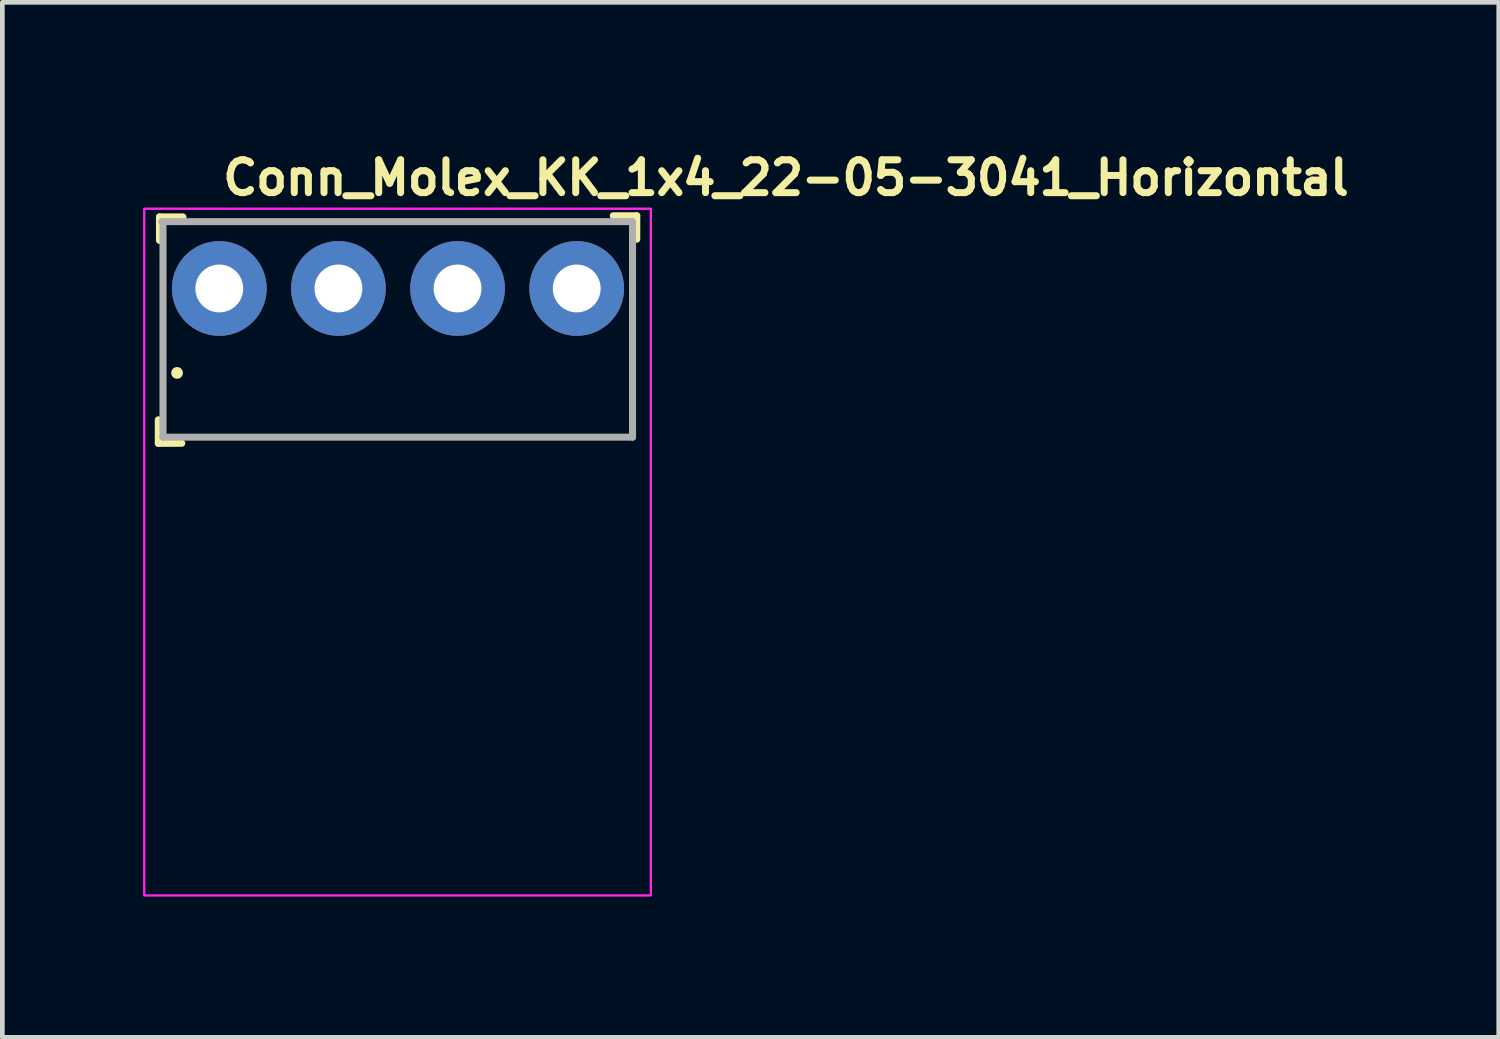
<source format=kicad_pcb>
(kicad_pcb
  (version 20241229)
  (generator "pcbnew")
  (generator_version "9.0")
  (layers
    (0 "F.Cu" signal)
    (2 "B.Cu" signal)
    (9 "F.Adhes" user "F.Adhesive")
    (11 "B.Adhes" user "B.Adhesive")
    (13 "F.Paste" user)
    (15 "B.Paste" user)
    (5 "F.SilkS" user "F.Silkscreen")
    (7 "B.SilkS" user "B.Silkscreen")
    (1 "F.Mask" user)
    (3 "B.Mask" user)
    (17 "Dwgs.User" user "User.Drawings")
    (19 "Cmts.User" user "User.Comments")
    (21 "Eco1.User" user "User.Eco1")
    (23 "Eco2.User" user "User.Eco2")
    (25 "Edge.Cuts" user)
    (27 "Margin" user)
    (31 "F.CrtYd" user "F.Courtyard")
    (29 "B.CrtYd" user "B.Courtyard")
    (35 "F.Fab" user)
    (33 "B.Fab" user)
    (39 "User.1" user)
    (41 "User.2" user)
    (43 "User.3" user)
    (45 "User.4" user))
  (footprint "Conn_Molex_KK_1x4_22-05-3041_Horizontal"
    (layer "F.Cu")
    (at 1.625 3.1)
    (property "Reference" "Conn_Molex_KK_1x4_22-05-3041_Horizontal" (at 0 -1.95 0) (layer "F.SilkS") (effects (font (size 0.7 0.7) (thickness 0.15)) (justify left bottom)))
    (attr through_hole)
    (fp_line (start -1.3 3.3) (end -1.3 2.8) (stroke (width 0.15) (type solid)) (layer "F.SilkS"))
    (fp_line (start -1.3 3.3) (end -0.8 3.3) (stroke (width 0.15) (type solid)) (layer "F.SilkS"))
    (fp_line (start -1.275 -1.525) (end -1.275 -1.025) (stroke (width 0.15) (type solid)) (layer "F.SilkS"))
    (fp_line (start -1.275 -1.525) (end -0.775 -1.525) (stroke (width 0.15) (type solid)) (layer "F.SilkS"))
    (fp_line (start 8.9 -1.55) (end 8.4 -1.55) (stroke (width 0.15) (type solid)) (layer "F.SilkS"))
    (fp_line (start 8.9 -1.55) (end 8.9 -1.05) (stroke (width 0.15) (type solid)) (layer "F.SilkS"))
    (fp_circle (center -0.9 1.8) (end -0.85 1.8) (stroke (width 0.15) (type solid)) (fill yes) (layer "F.SilkS"))
    (fp_rect (start -1.6 -1.7) (end 9.2 12.94) (stroke (width 0.05) (type solid)) (fill no) (layer "F.CrtYd"))
    (fp_line (start -1.225 -1.425) (end 8.785 -1.425) (stroke (width 0.15) (type solid)) (layer "F.Fab"))
    (fp_line (start -1.2 -1.425) (end -1.2 3.17) (stroke (width 0.15) (type solid)) (layer "F.Fab"))
    (fp_line (start -1.2 3.17) (end 8.81 3.17) (stroke (width 0.15) (type solid)) (layer "F.Fab"))
    (fp_line (start 8.81 -1.425) (end 8.81 3.17) (stroke (width 0.15) (type solid)) (layer "F.Fab"))
    (fp_rect (start -1.204 -0.576) (end 8.804 12.543) (stroke (width 0.1) (type solid)) (fill no) (layer "User.5"))
    (fp_line (start -1.204 2.662) (end -1.204 5.838) (stroke (width 0.02) (type solid)) (layer "User.9"))
    (fp_line (start -1.204 2.662) (end -0.454 2.662) (stroke (width 0.02) (type solid)) (layer "User.9"))
    (fp_line (start -1.204 5.838) (end -0.01 5.838) (stroke (width 0.02) (type solid)) (layer "User.9"))
    (fp_line (start -0.518 -0.068) (end -0.514 -0.129) (stroke (width 0.02) (type solid)) (layer "User.9"))
    (fp_line (start -0.515 -0.011) (end -0.518 -0.068) (stroke (width 0.02) (type solid)) (layer "User.9"))
    (fp_line (start -0.514 -0.129) (end -0.503 -0.19) (stroke (width 0.02) (type solid)) (layer "User.9"))
    (fp_line (start -0.505 0.045) (end -0.515 -0.011) (stroke (width 0.02) (type solid)) (layer "User.9"))
    (fp_line (start -0.503 -0.19) (end -0.485 -0.248) (stroke (width 0.02) (type solid)) (layer "User.9"))
    (fp_line (start -0.49 0.099) (end -0.505 0.045) (stroke (width 0.02) (type solid)) (layer "User.9"))
    (fp_line (start -0.485 -0.248) (end -0.46 -0.304) (stroke (width 0.02) (type solid)) (layer "User.9"))
    (fp_line (start -0.468 0.152) (end -0.49 0.099) (stroke (width 0.02) (type solid)) (layer "User.9"))
    (fp_line (start -0.46 -0.304) (end -0.428 -0.357) (stroke (width 0.02) (type solid)) (layer "User.9"))
    (fp_line (start -0.454 2.662) (end -0.454 3.298) (stroke (width 0.02) (type solid)) (layer "User.9"))
    (fp_line (start -0.44 0.202) (end -0.468 0.152) (stroke (width 0.02) (type solid)) (layer "User.9"))
    (fp_line (start -0.428 -0.357) (end -0.39 -0.405) (stroke (width 0.02) (type solid)) (layer "User.9"))
    (fp_line (start -0.408 0.248) (end -0.44 0.202) (stroke (width 0.02) (type solid)) (layer "User.9"))
    (fp_line (start -0.39 -0.405) (end -0.347 -0.448) (stroke (width 0.02) (type solid)) (layer "User.9"))
    (fp_line (start -0.37 0.291) (end -0.408 0.248) (stroke (width 0.02) (type solid)) (layer "User.9"))
    (fp_line (start -0.347 -0.448) (end -0.299 -0.486) (stroke (width 0.02) (type solid)) (layer "User.9"))
    (fp_line (start -0.328 -0.386) (end -0.328 -0.374) (stroke (width 0.02) (type solid)) (layer "User.9"))
    (fp_line (start -0.328 -0.386) (end 0.308 -0.386) (stroke (width 0.02) (type solid)) (layer "User.9"))
    (fp_line (start -0.328 -0.374) (end -0.328 -0.34) (stroke (width 0.02) (type solid)) (layer "User.9"))
    (fp_line (start -0.328 -0.34) (end -0.328 -0.284) (stroke (width 0.02) (type solid)) (layer "User.9"))
    (fp_line (start -0.328 -0.284) (end -0.328 -0.207) (stroke (width 0.02) (type solid)) (layer "User.9"))
    (fp_line (start -0.328 -0.207) (end -0.328 -0.109) (stroke (width 0.02) (type solid)) (layer "User.9"))
    (fp_line (start -0.328 -0.109) (end -0.328 0.008) (stroke (width 0.02) (type solid)) (layer "User.9"))
    (fp_line (start -0.328 0.008) (end -0.328 0.143) (stroke (width 0.02) (type solid)) (layer "User.9"))
    (fp_line (start -0.328 0.143) (end -0.328 0.293) (stroke (width 0.02) (type solid)) (layer "User.9"))
    (fp_line (start -0.328 0.293) (end -0.328 0.458) (stroke (width 0.02) (type solid)) (layer "User.9"))
    (fp_line (start -0.328 0.329) (end -0.37 0.291) (stroke (width 0.02) (type solid)) (layer "User.9"))
    (fp_line (start -0.328 0.458) (end -0.328 0.635) (stroke (width 0.02) (type solid)) (layer "User.9"))
    (fp_line (start -0.328 0.635) (end -0.328 0.822) (stroke (width 0.02) (type solid)) (layer "User.9"))
    (fp_line (start -0.328 0.822) (end -0.328 1.017) (stroke (width 0.02) (type solid)) (layer "User.9"))
    (fp_line (start -0.328 1.017) (end -0.328 1.216) (stroke (width 0.02) (type solid)) (layer "User.9"))
    (fp_line (start -0.328 1.216) (end -0.328 1.418) (stroke (width 0.02) (type solid)) (layer "User.9"))
    (fp_line (start -0.328 1.418) (end -0.328 3.298) (stroke (width 0.02) (type solid)) (layer "User.9"))
    (fp_line (start -0.328 1.418) (end 0.308 1.418) (stroke (width 0.02) (type solid)) (layer "User.9"))
    (fp_line (start -0.328 5.838) (end -0.328 12.543) (stroke (width 0.02) (type solid)) (layer "User.9"))
    (fp_line (start -0.328 5.838) (end -0.01 5.838) (stroke (width 0.02) (type solid)) (layer "User.9"))
    (fp_line (start -0.328 12.543) (end 0.308 12.543) (stroke (width 0.02) (type solid)) (layer "User.9"))
    (fp_line (start -0.299 -0.486) (end -0.246 -0.518) (stroke (width 0.02) (type solid)) (layer "User.9"))
    (fp_line (start -0.246 -0.518) (end -0.19 -0.543) (stroke (width 0.02) (type solid)) (layer "User.9"))
    (fp_line (start -0.19 -0.543) (end -0.132 -0.561) (stroke (width 0.02) (type solid)) (layer "User.9"))
    (fp_line (start -0.132 -0.561) (end -0.071 -0.572) (stroke (width 0.02) (type solid)) (layer "User.9"))
    (fp_line (start -0.071 -0.572) (end -0.01 -0.576) (stroke (width 0.02) (type solid)) (layer "User.9"))
    (fp_line (start -0.01 -0.576) (end 0.051 -0.572) (stroke (width 0.02) (type solid)) (layer "User.9"))
    (fp_line (start -0.01 5.838) (end -0.01 10.841) (stroke (width 0.02) (type solid)) (layer "User.9"))
    (fp_line (start -0.01 10.841) (end 7.61 10.841) (stroke (width 0.02) (type solid)) (layer "User.9"))
    (fp_line (start 0.051 -0.572) (end 0.112 -0.561) (stroke (width 0.02) (type solid)) (layer "User.9"))
    (fp_line (start 0.112 -0.561) (end 0.17 -0.543) (stroke (width 0.02) (type solid)) (layer "User.9"))
    (fp_line (start 0.17 -0.543) (end 0.226 -0.518) (stroke (width 0.02) (type solid)) (layer "User.9"))
    (fp_line (start 0.226 -0.518) (end 0.279 -0.486) (stroke (width 0.02) (type solid)) (layer "User.9"))
    (fp_line (start 0.279 -0.486) (end 0.327 -0.448) (stroke (width 0.02) (type solid)) (layer "User.9"))
    (fp_line (start 0.308 -0.386) (end 0.308 -0.374) (stroke (width 0.02) (type solid)) (layer "User.9"))
    (fp_line (start 0.308 -0.374) (end 0.308 -0.34) (stroke (width 0.02) (type solid)) (layer "User.9"))
    (fp_line (start 0.308 -0.34) (end 0.308 -0.284) (stroke (width 0.02) (type solid)) (layer "User.9"))
    (fp_line (start 0.308 -0.284) (end 0.308 -0.207) (stroke (width 0.02) (type solid)) (layer "User.9"))
    (fp_line (start 0.308 -0.207) (end 0.308 -0.109) (stroke (width 0.02) (type solid)) (layer "User.9"))
    (fp_line (start 0.308 -0.109) (end 0.308 0.008) (stroke (width 0.02) (type solid)) (layer "User.9"))
    (fp_line (start 0.308 0.008) (end 0.308 0.143) (stroke (width 0.02) (type solid)) (layer "User.9"))
    (fp_line (start 0.308 0.143) (end 0.308 0.293) (stroke (width 0.02) (type solid)) (layer "User.9"))
    (fp_line (start 0.308 0.293) (end 0.308 0.458) (stroke (width 0.02) (type solid)) (layer "User.9"))
    (fp_line (start 0.308 0.458) (end 0.308 0.635) (stroke (width 0.02) (type solid)) (layer "User.9"))
    (fp_line (start 0.308 0.635) (end 0.308 0.822) (stroke (width 0.02) (type solid)) (layer "User.9"))
    (fp_line (start 0.308 0.822) (end 0.308 1.017) (stroke (width 0.02) (type solid)) (layer "User.9"))
    (fp_line (start 0.308 1.017) (end 0.308 1.216) (stroke (width 0.02) (type solid)) (layer "User.9"))
    (fp_line (start 0.308 1.216) (end 0.308 1.418) (stroke (width 0.02) (type solid)) (layer "User.9"))
    (fp_line (start 0.308 1.418) (end 0.308 3.298) (stroke (width 0.02) (type solid)) (layer "User.9"))
    (fp_line (start 0.308 10.841) (end 0.308 12.543) (stroke (width 0.02) (type solid)) (layer "User.9"))
    (fp_line (start 0.327 -0.448) (end 0.37 -0.405) (stroke (width 0.02) (type solid)) (layer "User.9"))
    (fp_line (start 0.35 0.291) (end 0.308 0.329) (stroke (width 0.02) (type solid)) (layer "User.9"))
    (fp_line (start 0.37 -0.405) (end 0.408 -0.357) (stroke (width 0.02) (type solid)) (layer "User.9"))
    (fp_line (start 0.388 0.248) (end 0.35 0.291) (stroke (width 0.02) (type solid)) (layer "User.9"))
    (fp_line (start 0.408 -0.357) (end 0.44 -0.304) (stroke (width 0.02) (type solid)) (layer "User.9"))
    (fp_line (start 0.42 0.202) (end 0.388 0.248) (stroke (width 0.02) (type solid)) (layer "User.9"))
    (fp_line (start 0.434 2.662) (end 0.434 3.298) (stroke (width 0.02) (type solid)) (layer "User.9"))
    (fp_line (start 0.434 2.662) (end 2.086 2.662) (stroke (width 0.02) (type solid)) (layer "User.9"))
    (fp_line (start 0.434 3.298) (end -0.454 3.298) (stroke (width 0.02) (type solid)) (layer "User.9"))
    (fp_line (start 0.44 -0.304) (end 0.465 -0.248) (stroke (width 0.02) (type solid)) (layer "User.9"))
    (fp_line (start 0.448 0.152) (end 0.42 0.202) (stroke (width 0.02) (type solid)) (layer "User.9"))
    (fp_line (start 0.465 -0.248) (end 0.483 -0.19) (stroke (width 0.02) (type solid)) (layer "User.9"))
    (fp_line (start 0.47 0.099) (end 0.448 0.152) (stroke (width 0.02) (type solid)) (layer "User.9"))
    (fp_line (start 0.483 -0.19) (end 0.494 -0.129) (stroke (width 0.02) (type solid)) (layer "User.9"))
    (fp_line (start 0.485 0.045) (end 0.47 0.099) (stroke (width 0.02) (type solid)) (layer "User.9"))
    (fp_line (start 0.494 -0.129) (end 0.498 -0.068) (stroke (width 0.02) (type solid)) (layer "User.9"))
    (fp_line (start 0.495 -0.011) (end 0.485 0.045) (stroke (width 0.02) (type solid)) (layer "User.9"))
    (fp_line (start 0.498 -0.068) (end 0.495 -0.011) (stroke (width 0.02) (type solid)) (layer "User.9"))
    (fp_line (start 2.022 -0.068) (end 2.026 -0.129) (stroke (width 0.02) (type solid)) (layer "User.9"))
    (fp_line (start 2.025 -0.011) (end 2.022 -0.068) (stroke (width 0.02) (type solid)) (layer "User.9"))
    (fp_line (start 2.026 -0.129) (end 2.037 -0.19) (stroke (width 0.02) (type solid)) (layer "User.9"))
    (fp_line (start 2.035 0.045) (end 2.025 -0.011) (stroke (width 0.02) (type solid)) (layer "User.9"))
    (fp_line (start 2.037 -0.19) (end 2.055 -0.248) (stroke (width 0.02) (type solid)) (layer "User.9"))
    (fp_line (start 2.05 0.099) (end 2.035 0.045) (stroke (width 0.02) (type solid)) (layer "User.9"))
    (fp_line (start 2.055 -0.248) (end 2.08 -0.304) (stroke (width 0.02) (type solid)) (layer "User.9"))
    (fp_line (start 2.072 0.152) (end 2.05 0.099) (stroke (width 0.02) (type solid)) (layer "User.9"))
    (fp_line (start 2.08 -0.304) (end 2.112 -0.357) (stroke (width 0.02) (type solid)) (layer "User.9"))
    (fp_line (start 2.086 2.662) (end 2.086 3.298) (stroke (width 0.02) (type solid)) (layer "User.9"))
    (fp_line (start 2.1 0.202) (end 2.072 0.152) (stroke (width 0.02) (type solid)) (layer "User.9"))
    (fp_line (start 2.112 -0.357) (end 2.15 -0.405) (stroke (width 0.02) (type solid)) (layer "User.9"))
    (fp_line (start 2.132 0.248) (end 2.1 0.202) (stroke (width 0.02) (type solid)) (layer "User.9"))
    (fp_line (start 2.15 -0.405) (end 2.193 -0.448) (stroke (width 0.02) (type solid)) (layer "User.9"))
    (fp_line (start 2.17 0.291) (end 2.132 0.248) (stroke (width 0.02) (type solid)) (layer "User.9"))
    (fp_line (start 2.193 -0.448) (end 2.241 -0.486) (stroke (width 0.02) (type solid)) (layer "User.9"))
    (fp_line (start 2.212 -0.386) (end 2.212 -0.374) (stroke (width 0.02) (type solid)) (layer "User.9"))
    (fp_line (start 2.212 -0.386) (end 2.848 -0.386) (stroke (width 0.02) (type solid)) (layer "User.9"))
    (fp_line (start 2.212 -0.374) (end 2.212 -0.34) (stroke (width 0.02) (type solid)) (layer "User.9"))
    (fp_line (start 2.212 -0.34) (end 2.212 -0.284) (stroke (width 0.02) (type solid)) (layer "User.9"))
    (fp_line (start 2.212 -0.284) (end 2.212 -0.207) (stroke (width 0.02) (type solid)) (layer "User.9"))
    (fp_line (start 2.212 -0.207) (end 2.212 -0.109) (stroke (width 0.02) (type solid)) (layer "User.9"))
    (fp_line (start 2.212 -0.109) (end 2.212 0.008) (stroke (width 0.02) (type solid)) (layer "User.9"))
    (fp_line (start 2.212 0.008) (end 2.212 0.143) (stroke (width 0.02) (type solid)) (layer "User.9"))
    (fp_line (start 2.212 0.143) (end 2.212 0.293) (stroke (width 0.02) (type solid)) (layer "User.9"))
    (fp_line (start 2.212 0.293) (end 2.212 0.458) (stroke (width 0.02) (type solid)) (layer "User.9"))
    (fp_line (start 2.212 0.329) (end 2.17 0.291) (stroke (width 0.02) (type solid)) (layer "User.9"))
    (fp_line (start 2.212 0.458) (end 2.212 0.635) (stroke (width 0.02) (type solid)) (layer "User.9"))
    (fp_line (start 2.212 0.635) (end 2.212 0.822) (stroke (width 0.02) (type solid)) (layer "User.9"))
    (fp_line (start 2.212 0.822) (end 2.212 1.017) (stroke (width 0.02) (type solid)) (layer "User.9"))
    (fp_line (start 2.212 1.017) (end 2.212 1.216) (stroke (width 0.02) (type solid)) (layer "User.9"))
    (fp_line (start 2.212 1.216) (end 2.212 1.418) (stroke (width 0.02) (type solid)) (layer "User.9"))
    (fp_line (start 2.212 1.418) (end 2.212 3.298) (stroke (width 0.02) (type solid)) (layer "User.9"))
    (fp_line (start 2.212 1.418) (end 2.848 1.418) (stroke (width 0.02) (type solid)) (layer "User.9"))
    (fp_line (start 2.212 10.841) (end 2.212 12.543) (stroke (width 0.02) (type solid)) (layer "User.9"))
    (fp_line (start 2.212 12.543) (end 2.848 12.543) (stroke (width 0.02) (type solid)) (layer "User.9"))
    (fp_line (start 2.241 -0.486) (end 2.294 -0.518) (stroke (width 0.02) (type solid)) (layer "User.9"))
    (fp_line (start 2.294 -0.518) (end 2.35 -0.543) (stroke (width 0.02) (type solid)) (layer "User.9"))
    (fp_line (start 2.35 -0.543) (end 2.408 -0.561) (stroke (width 0.02) (type solid)) (layer "User.9"))
    (fp_line (start 2.408 -0.561) (end 2.469 -0.572) (stroke (width 0.02) (type solid)) (layer "User.9"))
    (fp_line (start 2.469 -0.572) (end 2.53 -0.576) (stroke (width 0.02) (type solid)) (layer "User.9"))
    (fp_line (start 2.53 -0.576) (end 2.591 -0.572) (stroke (width 0.02) (type solid)) (layer "User.9"))
    (fp_line (start 2.591 -0.572) (end 2.652 -0.561) (stroke (width 0.02) (type solid)) (layer "User.9"))
    (fp_line (start 2.652 -0.561) (end 2.71 -0.543) (stroke (width 0.02) (type solid)) (layer "User.9"))
    (fp_line (start 2.71 -0.543) (end 2.766 -0.518) (stroke (width 0.02) (type solid)) (layer "User.9"))
    (fp_line (start 2.766 -0.518) (end 2.819 -0.486) (stroke (width 0.02) (type solid)) (layer "User.9"))
    (fp_line (start 2.819 -0.486) (end 2.867 -0.448) (stroke (width 0.02) (type solid)) (layer "User.9"))
    (fp_line (start 2.848 -0.386) (end 2.848 -0.374) (stroke (width 0.02) (type solid)) (layer "User.9"))
    (fp_line (start 2.848 -0.374) (end 2.848 -0.34) (stroke (width 0.02) (type solid)) (layer "User.9"))
    (fp_line (start 2.848 -0.34) (end 2.848 -0.284) (stroke (width 0.02) (type solid)) (layer "User.9"))
    (fp_line (start 2.848 -0.284) (end 2.848 -0.207) (stroke (width 0.02) (type solid)) (layer "User.9"))
    (fp_line (start 2.848 -0.207) (end 2.848 -0.109) (stroke (width 0.02) (type solid)) (layer "User.9"))
    (fp_line (start 2.848 -0.109) (end 2.848 0.008) (stroke (width 0.02) (type solid)) (layer "User.9"))
    (fp_line (start 2.848 0.008) (end 2.848 0.143) (stroke (width 0.02) (type solid)) (layer "User.9"))
    (fp_line (start 2.848 0.143) (end 2.848 0.293) (stroke (width 0.02) (type solid)) (layer "User.9"))
    (fp_line (start 2.848 0.293) (end 2.848 0.458) (stroke (width 0.02) (type solid)) (layer "User.9"))
    (fp_line (start 2.848 0.458) (end 2.848 0.635) (stroke (width 0.02) (type solid)) (layer "User.9"))
    (fp_line (start 2.848 0.635) (end 2.848 0.822) (stroke (width 0.02) (type solid)) (layer "User.9"))
    (fp_line (start 2.848 0.822) (end 2.848 1.017) (stroke (width 0.02) (type solid)) (layer "User.9"))
    (fp_line (start 2.848 1.017) (end 2.848 1.216) (stroke (width 0.02) (type solid)) (layer "User.9"))
    (fp_line (start 2.848 1.216) (end 2.848 1.418) (stroke (width 0.02) (type solid)) (layer "User.9"))
    (fp_line (start 2.848 1.418) (end 2.848 3.298) (stroke (width 0.02) (type solid)) (layer "User.9"))
    (fp_line (start 2.848 10.841) (end 2.848 12.543) (stroke (width 0.02) (type solid)) (layer "User.9"))
    (fp_line (start 2.867 -0.448) (end 2.91 -0.405) (stroke (width 0.02) (type solid)) (layer "User.9"))
    (fp_line (start 2.89 0.291) (end 2.848 0.329) (stroke (width 0.02) (type solid)) (layer "User.9"))
    (fp_line (start 2.91 -0.405) (end 2.948 -0.357) (stroke (width 0.02) (type solid)) (layer "User.9"))
    (fp_line (start 2.928 0.248) (end 2.89 0.291) (stroke (width 0.02) (type solid)) (layer "User.9"))
    (fp_line (start 2.948 -0.357) (end 2.98 -0.304) (stroke (width 0.02) (type solid)) (layer "User.9"))
    (fp_line (start 2.96 0.202) (end 2.928 0.248) (stroke (width 0.02) (type solid)) (layer "User.9"))
    (fp_line (start 2.974 2.662) (end 2.974 3.298) (stroke (width 0.02) (type solid)) (layer "User.9"))
    (fp_line (start 2.974 2.662) (end 4.626 2.662) (stroke (width 0.02) (type solid)) (layer "User.9"))
    (fp_line (start 2.974 3.298) (end 2.086 3.298) (stroke (width 0.02) (type solid)) (layer "User.9"))
    (fp_line (start 2.98 -0.304) (end 3.005 -0.248) (stroke (width 0.02) (type solid)) (layer "User.9"))
    (fp_line (start 2.988 0.152) (end 2.96 0.202) (stroke (width 0.02) (type solid)) (layer "User.9"))
    (fp_line (start 3.005 -0.248) (end 3.023 -0.19) (stroke (width 0.02) (type solid)) (layer "User.9"))
    (fp_line (start 3.01 0.099) (end 2.988 0.152) (stroke (width 0.02) (type solid)) (layer "User.9"))
    (fp_line (start 3.023 -0.19) (end 3.034 -0.129) (stroke (width 0.02) (type solid)) (layer "User.9"))
    (fp_line (start 3.025 0.045) (end 3.01 0.099) (stroke (width 0.02) (type solid)) (layer "User.9"))
    (fp_line (start 3.034 -0.129) (end 3.038 -0.068) (stroke (width 0.02) (type solid)) (layer "User.9"))
    (fp_line (start 3.035 -0.011) (end 3.025 0.045) (stroke (width 0.02) (type solid)) (layer "User.9"))
    (fp_line (start 3.038 -0.068) (end 3.035 -0.011) (stroke (width 0.02) (type solid)) (layer "User.9"))
    (fp_line (start 4.562 -0.068) (end 4.566 -0.129) (stroke (width 0.02) (type solid)) (layer "User.9"))
    (fp_line (start 4.565 -0.011) (end 4.562 -0.068) (stroke (width 0.02) (type solid)) (layer "User.9"))
    (fp_line (start 4.566 -0.129) (end 4.577 -0.19) (stroke (width 0.02) (type solid)) (layer "User.9"))
    (fp_line (start 4.575 0.045) (end 4.565 -0.011) (stroke (width 0.02) (type solid)) (layer "User.9"))
    (fp_line (start 4.577 -0.19) (end 4.595 -0.248) (stroke (width 0.02) (type solid)) (layer "User.9"))
    (fp_line (start 4.59 0.099) (end 4.575 0.045) (stroke (width 0.02) (type solid)) (layer "User.9"))
    (fp_line (start 4.595 -0.248) (end 4.62 -0.304) (stroke (width 0.02) (type solid)) (layer "User.9"))
    (fp_line (start 4.612 0.152) (end 4.59 0.099) (stroke (width 0.02) (type solid)) (layer "User.9"))
    (fp_line (start 4.62 -0.304) (end 4.652 -0.357) (stroke (width 0.02) (type solid)) (layer "User.9"))
    (fp_line (start 4.626 2.662) (end 4.626 3.298) (stroke (width 0.02) (type solid)) (layer "User.9"))
    (fp_line (start 4.64 0.202) (end 4.612 0.152) (stroke (width 0.02) (type solid)) (layer "User.9"))
    (fp_line (start 4.652 -0.357) (end 4.69 -0.405) (stroke (width 0.02) (type solid)) (layer "User.9"))
    (fp_line (start 4.672 0.248) (end 4.64 0.202) (stroke (width 0.02) (type solid)) (layer "User.9"))
    (fp_line (start 4.69 -0.405) (end 4.733 -0.448) (stroke (width 0.02) (type solid)) (layer "User.9"))
    (fp_line (start 4.71 0.291) (end 4.672 0.248) (stroke (width 0.02) (type solid)) (layer "User.9"))
    (fp_line (start 4.733 -0.448) (end 4.781 -0.486) (stroke (width 0.02) (type solid)) (layer "User.9"))
    (fp_line (start 4.752 -0.386) (end 4.752 -0.374) (stroke (width 0.02) (type solid)) (layer "User.9"))
    (fp_line (start 4.752 -0.386) (end 5.388 -0.386) (stroke (width 0.02) (type solid)) (layer "User.9"))
    (fp_line (start 4.752 -0.374) (end 4.752 -0.34) (stroke (width 0.02) (type solid)) (layer "User.9"))
    (fp_line (start 4.752 -0.34) (end 4.752 -0.284) (stroke (width 0.02) (type solid)) (layer "User.9"))
    (fp_line (start 4.752 -0.284) (end 4.752 -0.207) (stroke (width 0.02) (type solid)) (layer "User.9"))
    (fp_line (start 4.752 -0.207) (end 4.752 -0.109) (stroke (width 0.02) (type solid)) (layer "User.9"))
    (fp_line (start 4.752 -0.109) (end 4.752 0.008) (stroke (width 0.02) (type solid)) (layer "User.9"))
    (fp_line (start 4.752 0.008) (end 4.752 0.143) (stroke (width 0.02) (type solid)) (layer "User.9"))
    (fp_line (start 4.752 0.143) (end 4.752 0.293) (stroke (width 0.02) (type solid)) (layer "User.9"))
    (fp_line (start 4.752 0.293) (end 4.752 0.458) (stroke (width 0.02) (type solid)) (layer "User.9"))
    (fp_line (start 4.752 0.329) (end 4.71 0.291) (stroke (width 0.02) (type solid)) (layer "User.9"))
    (fp_line (start 4.752 0.458) (end 4.752 0.635) (stroke (width 0.02) (type solid)) (layer "User.9"))
    (fp_line (start 4.752 0.635) (end 4.752 0.822) (stroke (width 0.02) (type solid)) (layer "User.9"))
    (fp_line (start 4.752 0.822) (end 4.752 1.017) (stroke (width 0.02) (type solid)) (layer "User.9"))
    (fp_line (start 4.752 1.017) (end 4.752 1.216) (stroke (width 0.02) (type solid)) (layer "User.9"))
    (fp_line (start 4.752 1.216) (end 4.752 1.418) (stroke (width 0.02) (type solid)) (layer "User.9"))
    (fp_line (start 4.752 1.418) (end 4.752 3.298) (stroke (width 0.02) (type solid)) (layer "User.9"))
    (fp_line (start 4.752 1.418) (end 5.388 1.418) (stroke (width 0.02) (type solid)) (layer "User.9"))
    (fp_line (start 4.752 10.841) (end 4.752 12.543) (stroke (width 0.02) (type solid)) (layer "User.9"))
    (fp_line (start 4.752 12.543) (end 5.388 12.543) (stroke (width 0.02) (type solid)) (layer "User.9"))
    (fp_line (start 4.781 -0.486) (end 4.834 -0.518) (stroke (width 0.02) (type solid)) (layer "User.9"))
    (fp_line (start 4.834 -0.518) (end 4.89 -0.543) (stroke (width 0.02) (type solid)) (layer "User.9"))
    (fp_line (start 4.89 -0.543) (end 4.948 -0.561) (stroke (width 0.02) (type solid)) (layer "User.9"))
    (fp_line (start 4.948 -0.561) (end 5.009 -0.572) (stroke (width 0.02) (type solid)) (layer "User.9"))
    (fp_line (start 5.009 -0.572) (end 5.07 -0.576) (stroke (width 0.02) (type solid)) (layer "User.9"))
    (fp_line (start 5.07 -0.576) (end 5.131 -0.572) (stroke (width 0.02) (type solid)) (layer "User.9"))
    (fp_line (start 5.131 -0.572) (end 5.192 -0.561) (stroke (width 0.02) (type solid)) (layer "User.9"))
    (fp_line (start 5.192 -0.561) (end 5.25 -0.543) (stroke (width 0.02) (type solid)) (layer "User.9"))
    (fp_line (start 5.25 -0.543) (end 5.306 -0.518) (stroke (width 0.02) (type solid)) (layer "User.9"))
    (fp_line (start 5.306 -0.518) (end 5.359 -0.486) (stroke (width 0.02) (type solid)) (layer "User.9"))
    (fp_line (start 5.359 -0.486) (end 5.407 -0.448) (stroke (width 0.02) (type solid)) (layer "User.9"))
    (fp_line (start 5.388 -0.386) (end 5.388 -0.374) (stroke (width 0.02) (type solid)) (layer "User.9"))
    (fp_line (start 5.388 -0.374) (end 5.388 -0.34) (stroke (width 0.02) (type solid)) (layer "User.9"))
    (fp_line (start 5.388 -0.34) (end 5.388 -0.284) (stroke (width 0.02) (type solid)) (layer "User.9"))
    (fp_line (start 5.388 -0.284) (end 5.388 -0.207) (stroke (width 0.02) (type solid)) (layer "User.9"))
    (fp_line (start 5.388 -0.207) (end 5.388 -0.109) (stroke (width 0.02) (type solid)) (layer "User.9"))
    (fp_line (start 5.388 -0.109) (end 5.388 0.008) (stroke (width 0.02) (type solid)) (layer "User.9"))
    (fp_line (start 5.388 0.008) (end 5.388 0.143) (stroke (width 0.02) (type solid)) (layer "User.9"))
    (fp_line (start 5.388 0.143) (end 5.388 0.293) (stroke (width 0.02) (type solid)) (layer "User.9"))
    (fp_line (start 5.388 0.293) (end 5.388 0.458) (stroke (width 0.02) (type solid)) (layer "User.9"))
    (fp_line (start 5.388 0.458) (end 5.388 0.635) (stroke (width 0.02) (type solid)) (layer "User.9"))
    (fp_line (start 5.388 0.635) (end 5.388 0.822) (stroke (width 0.02) (type solid)) (layer "User.9"))
    (fp_line (start 5.388 0.822) (end 5.388 1.017) (stroke (width 0.02) (type solid)) (layer "User.9"))
    (fp_line (start 5.388 1.017) (end 5.388 1.216) (stroke (width 0.02) (type solid)) (layer "User.9"))
    (fp_line (start 5.388 1.216) (end 5.388 1.418) (stroke (width 0.02) (type solid)) (layer "User.9"))
    (fp_line (start 5.388 1.418) (end 5.388 3.298) (stroke (width 0.02) (type solid)) (layer "User.9"))
    (fp_line (start 5.388 10.841) (end 5.388 12.543) (stroke (width 0.02) (type solid)) (layer "User.9"))
    (fp_line (start 5.407 -0.448) (end 5.45 -0.405) (stroke (width 0.02) (type solid)) (layer "User.9"))
    (fp_line (start 5.43 0.291) (end 5.388 0.329) (stroke (width 0.02) (type solid)) (layer "User.9"))
    (fp_line (start 5.45 -0.405) (end 5.488 -0.357) (stroke (width 0.02) (type solid)) (layer "User.9"))
    (fp_line (start 5.468 0.248) (end 5.43 0.291) (stroke (width 0.02) (type solid)) (layer "User.9"))
    (fp_line (start 5.488 -0.357) (end 5.52 -0.304) (stroke (width 0.02) (type solid)) (layer "User.9"))
    (fp_line (start 5.5 0.202) (end 5.468 0.248) (stroke (width 0.02) (type solid)) (layer "User.9"))
    (fp_line (start 5.514 2.662) (end 5.514 3.298) (stroke (width 0.02) (type solid)) (layer "User.9"))
    (fp_line (start 5.514 2.662) (end 7.166 2.662) (stroke (width 0.02) (type solid)) (layer "User.9"))
    (fp_line (start 5.514 3.298) (end 4.626 3.298) (stroke (width 0.02) (type solid)) (layer "User.9"))
    (fp_line (start 5.52 -0.304) (end 5.545 -0.248) (stroke (width 0.02) (type solid)) (layer "User.9"))
    (fp_line (start 5.528 0.152) (end 5.5 0.202) (stroke (width 0.02) (type solid)) (layer "User.9"))
    (fp_line (start 5.545 -0.248) (end 5.563 -0.19) (stroke (width 0.02) (type solid)) (layer "User.9"))
    (fp_line (start 5.55 0.099) (end 5.528 0.152) (stroke (width 0.02) (type solid)) (layer "User.9"))
    (fp_line (start 5.563 -0.19) (end 5.574 -0.129) (stroke (width 0.02) (type solid)) (layer "User.9"))
    (fp_line (start 5.565 0.045) (end 5.55 0.099) (stroke (width 0.02) (type solid)) (layer "User.9"))
    (fp_line (start 5.574 -0.129) (end 5.578 -0.068) (stroke (width 0.02) (type solid)) (layer "User.9"))
    (fp_line (start 5.575 -0.011) (end 5.565 0.045) (stroke (width 0.02) (type solid)) (layer "User.9"))
    (fp_line (start 5.578 -0.068) (end 5.575 -0.011) (stroke (width 0.02) (type solid)) (layer "User.9"))
    (fp_line (start 7.102 -0.068) (end 7.106 -0.129) (stroke (width 0.02) (type solid)) (layer "User.9"))
    (fp_line (start 7.105 -0.011) (end 7.102 -0.068) (stroke (width 0.02) (type solid)) (layer "User.9"))
    (fp_line (start 7.106 -0.129) (end 7.117 -0.19) (stroke (width 0.02) (type solid)) (layer "User.9"))
    (fp_line (start 7.115 0.045) (end 7.105 -0.011) (stroke (width 0.02) (type solid)) (layer "User.9"))
    (fp_line (start 7.117 -0.19) (end 7.135 -0.248) (stroke (width 0.02) (type solid)) (layer "User.9"))
    (fp_line (start 7.13 0.099) (end 7.115 0.045) (stroke (width 0.02) (type solid)) (layer "User.9"))
    (fp_line (start 7.135 -0.248) (end 7.16 -0.304) (stroke (width 0.02) (type solid)) (layer "User.9"))
    (fp_line (start 7.152 0.152) (end 7.13 0.099) (stroke (width 0.02) (type solid)) (layer "User.9"))
    (fp_line (start 7.16 -0.304) (end 7.192 -0.357) (stroke (width 0.02) (type solid)) (layer "User.9"))
    (fp_line (start 7.166 2.662) (end 7.166 3.298) (stroke (width 0.02) (type solid)) (layer "User.9"))
    (fp_line (start 7.18 0.202) (end 7.152 0.152) (stroke (width 0.02) (type solid)) (layer "User.9"))
    (fp_line (start 7.192 -0.357) (end 7.23 -0.405) (stroke (width 0.02) (type solid)) (layer "User.9"))
    (fp_line (start 7.212 0.248) (end 7.18 0.202) (stroke (width 0.02) (type solid)) (layer "User.9"))
    (fp_line (start 7.23 -0.405) (end 7.273 -0.448) (stroke (width 0.02) (type solid)) (layer "User.9"))
    (fp_line (start 7.25 0.291) (end 7.212 0.248) (stroke (width 0.02) (type solid)) (layer "User.9"))
    (fp_line (start 7.273 -0.448) (end 7.321 -0.486) (stroke (width 0.02) (type solid)) (layer "User.9"))
    (fp_line (start 7.292 -0.386) (end 7.292 -0.374) (stroke (width 0.02) (type solid)) (layer "User.9"))
    (fp_line (start 7.292 -0.386) (end 7.928 -0.386) (stroke (width 0.02) (type solid)) (layer "User.9"))
    (fp_line (start 7.292 -0.374) (end 7.292 -0.34) (stroke (width 0.02) (type solid)) (layer "User.9"))
    (fp_line (start 7.292 -0.34) (end 7.292 -0.284) (stroke (width 0.02) (type solid)) (layer "User.9"))
    (fp_line (start 7.292 -0.284) (end 7.292 -0.207) (stroke (width 0.02) (type solid)) (layer "User.9"))
    (fp_line (start 7.292 -0.207) (end 7.292 -0.109) (stroke (width 0.02) (type solid)) (layer "User.9"))
    (fp_line (start 7.292 -0.109) (end 7.292 0.008) (stroke (width 0.02) (type solid)) (layer "User.9"))
    (fp_line (start 7.292 0.008) (end 7.292 0.143) (stroke (width 0.02) (type solid)) (layer "User.9"))
    (fp_line (start 7.292 0.143) (end 7.292 0.293) (stroke (width 0.02) (type solid)) (layer "User.9"))
    (fp_line (start 7.292 0.293) (end 7.292 0.458) (stroke (width 0.02) (type solid)) (layer "User.9"))
    (fp_line (start 7.292 0.329) (end 7.25 0.291) (stroke (width 0.02) (type solid)) (layer "User.9"))
    (fp_line (start 7.292 0.458) (end 7.292 0.635) (stroke (width 0.02) (type solid)) (layer "User.9"))
    (fp_line (start 7.292 0.635) (end 7.292 0.822) (stroke (width 0.02) (type solid)) (layer "User.9"))
    (fp_line (start 7.292 0.822) (end 7.292 1.017) (stroke (width 0.02) (type solid)) (layer "User.9"))
    (fp_line (start 7.292 1.017) (end 7.292 1.216) (stroke (width 0.02) (type solid)) (layer "User.9"))
    (fp_line (start 7.292 1.216) (end 7.292 1.418) (stroke (width 0.02) (type solid)) (layer "User.9"))
    (fp_line (start 7.292 1.418) (end 7.292 3.298) (stroke (width 0.02) (type solid)) (layer "User.9"))
    (fp_line (start 7.292 1.418) (end 7.928 1.418) (stroke (width 0.02) (type solid)) (layer "User.9"))
    (fp_line (start 7.292 10.841) (end 7.292 12.543) (stroke (width 0.02) (type solid)) (layer "User.9"))
    (fp_line (start 7.292 12.543) (end 7.928 12.543) (stroke (width 0.02) (type solid)) (layer "User.9"))
    (fp_line (start 7.321 -0.486) (end 7.374 -0.518) (stroke (width 0.02) (type solid)) (layer "User.9"))
    (fp_line (start 7.374 -0.518) (end 7.43 -0.543) (stroke (width 0.02) (type solid)) (layer "User.9"))
    (fp_line (start 7.43 -0.543) (end 7.488 -0.561) (stroke (width 0.02) (type solid)) (layer "User.9"))
    (fp_line (start 7.488 -0.561) (end 7.549 -0.572) (stroke (width 0.02) (type solid)) (layer "User.9"))
    (fp_line (start 7.549 -0.572) (end 7.61 -0.576) (stroke (width 0.02) (type solid)) (layer "User.9"))
    (fp_line (start 7.61 -0.576) (end 7.671 -0.572) (stroke (width 0.02) (type solid)) (layer "User.9"))
    (fp_line (start 7.61 5.838) (end 7.61 10.841) (stroke (width 0.02) (type solid)) (layer "User.9"))
    (fp_line (start 7.61 5.838) (end 7.928 5.838) (stroke (width 0.02) (type solid)) (layer "User.9"))
    (fp_line (start 7.61 5.838) (end 8.804 5.838) (stroke (width 0.02) (type solid)) (layer "User.9"))
    (fp_line (start 7.671 -0.572) (end 7.732 -0.561) (stroke (width 0.02) (type solid)) (layer "User.9"))
    (fp_line (start 7.732 -0.561) (end 7.79 -0.543) (stroke (width 0.02) (type solid)) (layer "User.9"))
    (fp_line (start 7.79 -0.543) (end 7.846 -0.518) (stroke (width 0.02) (type solid)) (layer "User.9"))
    (fp_line (start 7.846 -0.518) (end 7.899 -0.486) (stroke (width 0.02) (type solid)) (layer "User.9"))
    (fp_line (start 7.899 -0.486) (end 7.947 -0.448) (stroke (width 0.02) (type solid)) (layer "User.9"))
    (fp_line (start 7.928 -0.386) (end 7.928 -0.374) (stroke (width 0.02) (type solid)) (layer "User.9"))
    (fp_line (start 7.928 -0.374) (end 7.928 -0.34) (stroke (width 0.02) (type solid)) (layer "User.9"))
    (fp_line (start 7.928 -0.34) (end 7.928 -0.284) (stroke (width 0.02) (type solid)) (layer "User.9"))
    (fp_line (start 7.928 -0.284) (end 7.928 -0.207) (stroke (width 0.02) (type solid)) (layer "User.9"))
    (fp_line (start 7.928 -0.207) (end 7.928 -0.109) (stroke (width 0.02) (type solid)) (layer "User.9"))
    (fp_line (start 7.928 -0.109) (end 7.928 0.008) (stroke (width 0.02) (type solid)) (layer "User.9"))
    (fp_line (start 7.928 0.008) (end 7.928 0.143) (stroke (width 0.02) (type solid)) (layer "User.9"))
    (fp_line (start 7.928 0.143) (end 7.928 0.293) (stroke (width 0.02) (type solid)) (layer "User.9"))
    (fp_line (start 7.928 0.293) (end 7.928 0.458) (stroke (width 0.02) (type solid)) (layer "User.9"))
    (fp_line (start 7.928 0.458) (end 7.928 0.635) (stroke (width 0.02) (type solid)) (layer "User.9"))
    (fp_line (start 7.928 0.635) (end 7.928 0.822) (stroke (width 0.02) (type solid)) (layer "User.9"))
    (fp_line (start 7.928 0.822) (end 7.928 1.017) (stroke (width 0.02) (type solid)) (layer "User.9"))
    (fp_line (start 7.928 1.017) (end 7.928 1.216) (stroke (width 0.02) (type solid)) (layer "User.9"))
    (fp_line (start 7.928 1.216) (end 7.928 1.418) (stroke (width 0.02) (type solid)) (layer "User.9"))
    (fp_line (start 7.928 1.418) (end 7.928 3.298) (stroke (width 0.02) (type solid)) (layer "User.9"))
    (fp_line (start 7.928 5.838) (end 7.928 12.543) (stroke (width 0.02) (type solid)) (layer "User.9"))
    (fp_line (start 7.947 -0.448) (end 7.99 -0.405) (stroke (width 0.02) (type solid)) (layer "User.9"))
    (fp_line (start 7.97 0.291) (end 7.928 0.329) (stroke (width 0.02) (type solid)) (layer "User.9"))
    (fp_line (start 7.99 -0.405) (end 8.028 -0.357) (stroke (width 0.02) (type solid)) (layer "User.9"))
    (fp_line (start 8.008 0.248) (end 7.97 0.291) (stroke (width 0.02) (type solid)) (layer "User.9"))
    (fp_line (start 8.028 -0.357) (end 8.06 -0.304) (stroke (width 0.02) (type solid)) (layer "User.9"))
    (fp_line (start 8.04 0.202) (end 8.008 0.248) (stroke (width 0.02) (type solid)) (layer "User.9"))
    (fp_line (start 8.055 2.662) (end 8.055 3.298) (stroke (width 0.02) (type solid)) (layer "User.9"))
    (fp_line (start 8.055 2.662) (end 8.804 2.662) (stroke (width 0.02) (type solid)) (layer "User.9"))
    (fp_line (start 8.055 3.298) (end 7.166 3.298) (stroke (width 0.02) (type solid)) (layer "User.9"))
    (fp_line (start 8.06 -0.304) (end 8.085 -0.248) (stroke (width 0.02) (type solid)) (layer "User.9"))
    (fp_line (start 8.068 0.152) (end 8.04 0.202) (stroke (width 0.02) (type solid)) (layer "User.9"))
    (fp_line (start 8.085 -0.248) (end 8.103 -0.19) (stroke (width 0.02) (type solid)) (layer "User.9"))
    (fp_line (start 8.09 0.099) (end 8.068 0.152) (stroke (width 0.02) (type solid)) (layer "User.9"))
    (fp_line (start 8.103 -0.19) (end 8.114 -0.129) (stroke (width 0.02) (type solid)) (layer "User.9"))
    (fp_line (start 8.105 0.045) (end 8.09 0.099) (stroke (width 0.02) (type solid)) (layer "User.9"))
    (fp_line (start 8.114 -0.129) (end 8.118 -0.068) (stroke (width 0.02) (type solid)) (layer "User.9"))
    (fp_line (start 8.115 -0.011) (end 8.105 0.045) (stroke (width 0.02) (type solid)) (layer "User.9"))
    (fp_line (start 8.118 -0.068) (end 8.115 -0.011) (stroke (width 0.02) (type solid)) (layer "User.9"))
    (fp_line (start 8.804 2.662) (end 8.804 5.838) (stroke (width 0.02) (type solid)) (layer "User.9"))
    (pad "1" thru_hole circle (at 0 0) (size 2.02 2.02) (drill 1.02) (layers "*.Cu" "*.Mask"))
    (pad "2" thru_hole circle (at 2.54 0) (size 2.02 2.02) (drill 1.02) (layers "*.Cu" "*.Mask"))
    (pad "3" thru_hole circle (at 5.08 0) (size 2.02 2.02) (drill 1.02) (layers "*.Cu" "*.Mask"))
    (pad "4" thru_hole circle (at 7.62 0) (size 2.02 2.02) (drill 1.02) (layers "*.Cu" "*.Mask")))
  (gr_rect
    (start -3 -3)
    (end 28.902 19.065)
    (stroke (width 0.1) (type default))
    (fill no)
    (layer "Edge.Cuts")))
</source>
